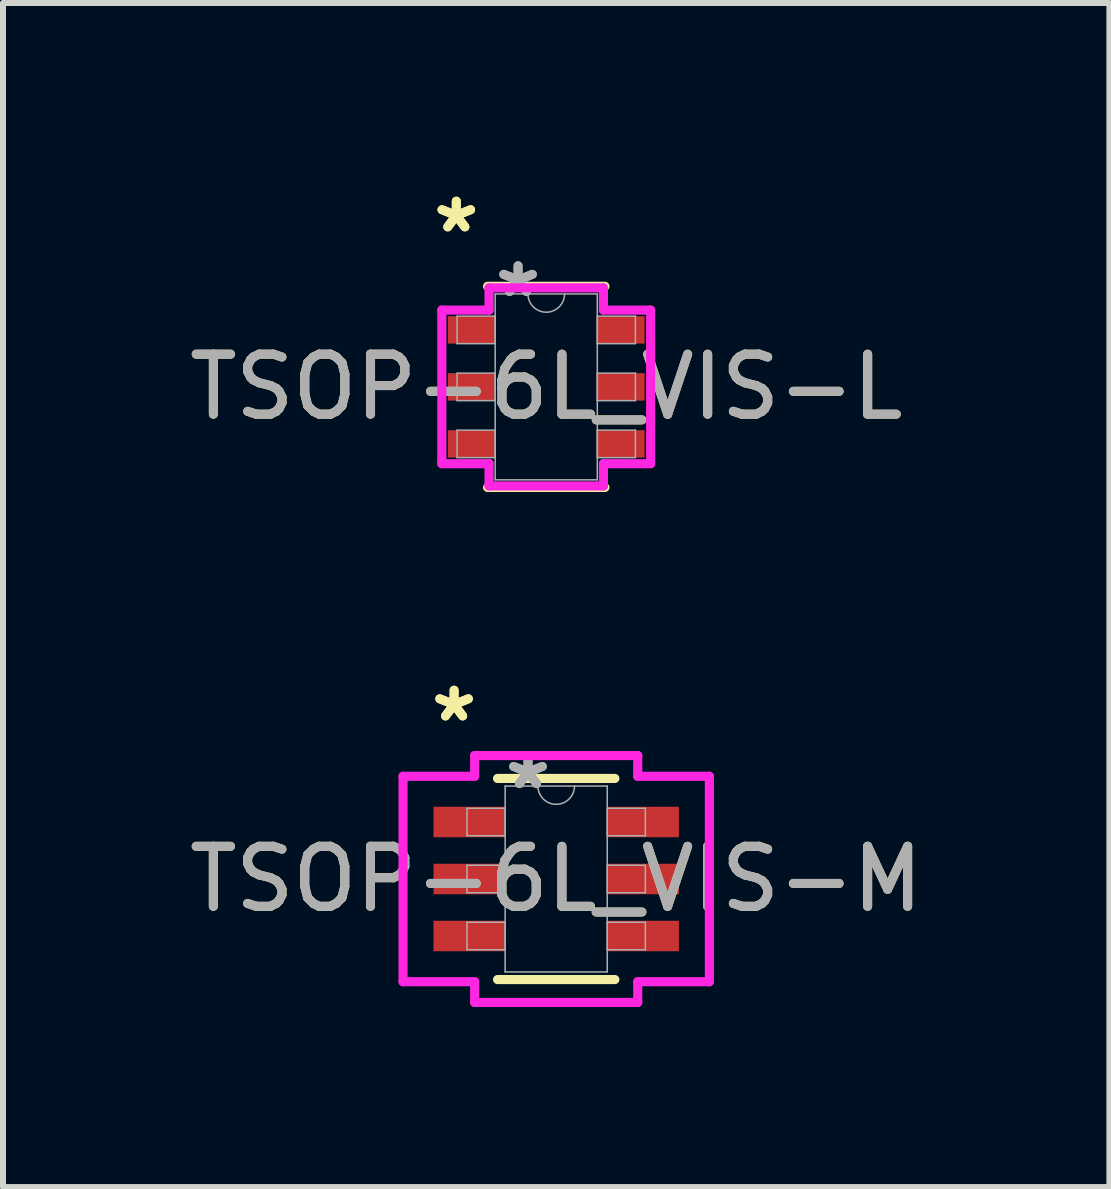
<source format=kicad_pcb>
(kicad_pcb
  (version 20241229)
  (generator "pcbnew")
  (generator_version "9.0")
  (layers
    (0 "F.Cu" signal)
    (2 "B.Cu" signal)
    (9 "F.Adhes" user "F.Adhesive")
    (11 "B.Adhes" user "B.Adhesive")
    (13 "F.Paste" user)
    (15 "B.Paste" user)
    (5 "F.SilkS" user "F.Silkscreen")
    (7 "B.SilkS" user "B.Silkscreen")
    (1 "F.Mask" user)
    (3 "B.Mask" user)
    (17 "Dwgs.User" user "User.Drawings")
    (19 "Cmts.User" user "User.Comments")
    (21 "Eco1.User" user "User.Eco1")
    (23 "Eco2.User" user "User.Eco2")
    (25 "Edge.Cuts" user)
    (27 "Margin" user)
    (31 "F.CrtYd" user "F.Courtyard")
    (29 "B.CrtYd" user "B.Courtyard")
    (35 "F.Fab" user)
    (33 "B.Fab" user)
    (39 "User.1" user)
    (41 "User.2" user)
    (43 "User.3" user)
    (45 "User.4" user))
  (footprint "TSOP-6L_VIS-L"
    (layer "F.Cu")
    (at 6.054 3.398)
    (property "Reference" "TSOP-6L_VIS-L" (at 0 0 0) (unlocked yes) (layer "F.SilkS") (effects (font (size 1 1) (thickness 0.15))))
    (attr smd)
    (fp_line (start -0.978 1.676) (end 0.978 1.676) (stroke (width 0.152) (type solid)) (layer "F.SilkS"))
    (fp_line (start 0.978 -1.676) (end -0.978 -1.676) (stroke (width 0.152) (type solid)) (layer "F.SilkS"))
    (fp_line (start -1.74 -1.28) (end -0.953 -1.28) (stroke (width 0.152) (type solid)) (layer "F.CrtYd"))
    (fp_line (start -1.74 1.28) (end -1.74 -1.28) (stroke (width 0.152) (type solid)) (layer "F.CrtYd"))
    (fp_line (start -1.74 1.28) (end -0.953 1.28) (stroke (width 0.152) (type solid)) (layer "F.CrtYd"))
    (fp_line (start -0.953 -1.651) (end 0.953 -1.651) (stroke (width 0.152) (type solid)) (layer "F.CrtYd"))
    (fp_line (start -0.953 -1.28) (end -0.953 -1.651) (stroke (width 0.152) (type solid)) (layer "F.CrtYd"))
    (fp_line (start -0.953 1.651) (end -0.953 1.28) (stroke (width 0.152) (type solid)) (layer "F.CrtYd"))
    (fp_line (start 0.953 -1.651) (end 0.953 -1.28) (stroke (width 0.152) (type solid)) (layer "F.CrtYd"))
    (fp_line (start 0.953 1.28) (end 0.953 1.651) (stroke (width 0.152) (type solid)) (layer "F.CrtYd"))
    (fp_line (start 0.953 1.651) (end -0.953 1.651) (stroke (width 0.152) (type solid)) (layer "F.CrtYd"))
    (fp_line (start 1.74 -1.28) (end 0.953 -1.28) (stroke (width 0.152) (type solid)) (layer "F.CrtYd"))
    (fp_line (start 1.74 -1.28) (end 1.74 1.28) (stroke (width 0.152) (type solid)) (layer "F.CrtYd"))
    (fp_line (start 1.74 1.28) (end 0.953 1.28) (stroke (width 0.152) (type solid)) (layer "F.CrtYd"))
    (fp_line (start -1.486 -1.179) (end -1.486 -0.721) (stroke (width 0.025) (type solid)) (layer "F.Fab"))
    (fp_line (start -1.486 -0.721) (end -0.851 -0.721) (stroke (width 0.025) (type solid)) (layer "F.Fab"))
    (fp_line (start -1.486 -0.229) (end -1.486 0.229) (stroke (width 0.025) (type solid)) (layer "F.Fab"))
    (fp_line (start -1.486 0.229) (end -0.851 0.229) (stroke (width 0.025) (type solid)) (layer "F.Fab"))
    (fp_line (start -1.486 0.721) (end -1.486 1.179) (stroke (width 0.025) (type solid)) (layer "F.Fab"))
    (fp_line (start -1.486 1.179) (end -0.851 1.179) (stroke (width 0.025) (type solid)) (layer "F.Fab"))
    (fp_line (start -0.851 -1.549) (end -0.851 1.549) (stroke (width 0.025) (type solid)) (layer "F.Fab"))
    (fp_line (start -0.851 -1.179) (end -1.486 -1.179) (stroke (width 0.025) (type solid)) (layer "F.Fab"))
    (fp_line (start -0.851 -0.721) (end -0.851 -1.179) (stroke (width 0.025) (type solid)) (layer "F.Fab"))
    (fp_line (start -0.851 -0.229) (end -1.486 -0.229) (stroke (width 0.025) (type solid)) (layer "F.Fab"))
    (fp_line (start -0.851 0.229) (end -0.851 -0.229) (stroke (width 0.025) (type solid)) (layer "F.Fab"))
    (fp_line (start -0.851 0.721) (end -1.486 0.721) (stroke (width 0.025) (type solid)) (layer "F.Fab"))
    (fp_line (start -0.851 1.179) (end -0.851 0.721) (stroke (width 0.025) (type solid)) (layer "F.Fab"))
    (fp_line (start -0.851 1.549) (end 0.851 1.549) (stroke (width 0.025) (type solid)) (layer "F.Fab"))
    (fp_line (start 0.851 -1.549) (end -0.851 -1.549) (stroke (width 0.025) (type solid)) (layer "F.Fab"))
    (fp_line (start 0.851 -1.179) (end 0.851 -0.721) (stroke (width 0.025) (type solid)) (layer "F.Fab"))
    (fp_line (start 0.851 -0.721) (end 1.486 -0.721) (stroke (width 0.025) (type solid)) (layer "F.Fab"))
    (fp_line (start 0.851 -0.229) (end 0.851 0.229) (stroke (width 0.025) (type solid)) (layer "F.Fab"))
    (fp_line (start 0.851 0.229) (end 1.486 0.229) (stroke (width 0.025) (type solid)) (layer "F.Fab"))
    (fp_line (start 0.851 0.721) (end 0.851 1.179) (stroke (width 0.025) (type solid)) (layer "F.Fab"))
    (fp_line (start 0.851 1.179) (end 1.486 1.179) (stroke (width 0.025) (type solid)) (layer "F.Fab"))
    (fp_line (start 0.851 1.549) (end 0.851 -1.549) (stroke (width 0.025) (type solid)) (layer "F.Fab"))
    (fp_line (start 1.486 -1.179) (end 0.851 -1.179) (stroke (width 0.025) (type solid)) (layer "F.Fab"))
    (fp_line (start 1.486 -0.721) (end 1.486 -1.179) (stroke (width 0.025) (type solid)) (layer "F.Fab"))
    (fp_line (start 1.486 -0.229) (end 0.851 -0.229) (stroke (width 0.025) (type solid)) (layer "F.Fab"))
    (fp_line (start 1.486 0.229) (end 1.486 -0.229) (stroke (width 0.025) (type solid)) (layer "F.Fab"))
    (fp_line (start 1.486 0.721) (end 0.851 0.721) (stroke (width 0.025) (type solid)) (layer "F.Fab"))
    (fp_line (start 1.486 1.179) (end 1.486 0.721) (stroke (width 0.025) (type solid)) (layer "F.Fab"))
    (fp_arc (start 0.3048 -1.5494) (mid 0 -1.2446) (end -0.3048 -1.5494) (stroke (width 0.0254) (type solid)) (layer "F.Fab"))
    (fp_text user "*" (at -1.499 -2.55 0) (unlocked yes) (layer "F.SilkS") (effects (font (size 1 1) (thickness 0.15))))
    (fp_text user "*" (at -1.499 -2.55 0) (layer "F.SilkS") (effects (font (size 1 1) (thickness 0.15))))
    (fp_text user "*" (at -0.47 -1.473 0) (layer "F.Fab") (effects (font (size 1 1) (thickness 0.15))))
    (fp_text user "*" (at -0.47 -1.473 0) (unlocked yes) (layer "F.Fab") (effects (font (size 1 1) (thickness 0.15))))
    (fp_text user "${REFERENCE}" (at 0 0 0) (unlocked yes) (layer "F.Fab") (effects (font (size 1 1) (thickness 0.15))))
    (pad "1" smd rect (at -1.245 -0.95) (size 0.787 0.457) (layers "F.Cu" "F.Mask" "F.Paste"))
    (pad "2" smd rect (at -1.245 0) (size 0.787 0.457) (layers "F.Cu" "F.Mask" "F.Paste"))
    (pad "3" smd rect (at -1.245 0.95) (size 0.787 0.457) (layers "F.Cu" "F.Mask" "F.Paste"))
    (pad "4" smd rect (at 1.245 0.95) (size 0.787 0.457) (layers "F.Cu" "F.Mask" "F.Paste"))
    (pad "5" smd rect (at 1.245 0) (size 0.787 0.457) (layers "F.Cu" "F.Mask" "F.Paste"))
    (pad "6" smd rect (at 1.245 -0.95) (size 0.787 0.457) (layers "F.Cu" "F.Mask" "F.Paste")))
  (footprint "TSOP-6L_VIS-M"
    (layer "F.Cu")
    (at 6.22 11.6)
    (property "Reference" "TSOP-6L_VIS-M" (at 0 0 0) (unlocked yes) (layer "F.SilkS") (effects (font (size 1 1) (thickness 0.15))))
    (attr smd)
    (fp_line (start -0.978 1.676) (end 0.978 1.676) (stroke (width 0.152) (type solid)) (layer "F.SilkS"))
    (fp_line (start 0.978 -1.676) (end -0.978 -1.676) (stroke (width 0.152) (type solid)) (layer "F.SilkS"))
    (fp_line (start -2.553 -1.712) (end -1.359 -1.712) (stroke (width 0.152) (type solid)) (layer "F.CrtYd"))
    (fp_line (start -2.553 1.712) (end -2.553 -1.712) (stroke (width 0.152) (type solid)) (layer "F.CrtYd"))
    (fp_line (start -2.553 1.712) (end -1.359 1.712) (stroke (width 0.152) (type solid)) (layer "F.CrtYd"))
    (fp_line (start -1.359 -2.057) (end 1.359 -2.057) (stroke (width 0.152) (type solid)) (layer "F.CrtYd"))
    (fp_line (start -1.359 -1.712) (end -1.359 -2.057) (stroke (width 0.152) (type solid)) (layer "F.CrtYd"))
    (fp_line (start -1.359 2.057) (end -1.359 1.712) (stroke (width 0.152) (type solid)) (layer "F.CrtYd"))
    (fp_line (start 1.359 -2.057) (end 1.359 -1.712) (stroke (width 0.152) (type solid)) (layer "F.CrtYd"))
    (fp_line (start 1.359 1.712) (end 1.359 2.057) (stroke (width 0.152) (type solid)) (layer "F.CrtYd"))
    (fp_line (start 1.359 2.057) (end -1.359 2.057) (stroke (width 0.152) (type solid)) (layer "F.CrtYd"))
    (fp_line (start 2.553 -1.712) (end 1.359 -1.712) (stroke (width 0.152) (type solid)) (layer "F.CrtYd"))
    (fp_line (start 2.553 -1.712) (end 2.553 1.712) (stroke (width 0.152) (type solid)) (layer "F.CrtYd"))
    (fp_line (start 2.553 1.712) (end 1.359 1.712) (stroke (width 0.152) (type solid)) (layer "F.CrtYd"))
    (fp_line (start -1.486 -1.179) (end -1.486 -0.721) (stroke (width 0.025) (type solid)) (layer "F.Fab"))
    (fp_line (start -1.486 -0.721) (end -0.851 -0.721) (stroke (width 0.025) (type solid)) (layer "F.Fab"))
    (fp_line (start -1.486 -0.229) (end -1.486 0.229) (stroke (width 0.025) (type solid)) (layer "F.Fab"))
    (fp_line (start -1.486 0.229) (end -0.851 0.229) (stroke (width 0.025) (type solid)) (layer "F.Fab"))
    (fp_line (start -1.486 0.721) (end -1.486 1.179) (stroke (width 0.025) (type solid)) (layer "F.Fab"))
    (fp_line (start -1.486 1.179) (end -0.851 1.179) (stroke (width 0.025) (type solid)) (layer "F.Fab"))
    (fp_line (start -0.851 -1.549) (end -0.851 1.549) (stroke (width 0.025) (type solid)) (layer "F.Fab"))
    (fp_line (start -0.851 -1.179) (end -1.486 -1.179) (stroke (width 0.025) (type solid)) (layer "F.Fab"))
    (fp_line (start -0.851 -0.721) (end -0.851 -1.179) (stroke (width 0.025) (type solid)) (layer "F.Fab"))
    (fp_line (start -0.851 -0.229) (end -1.486 -0.229) (stroke (width 0.025) (type solid)) (layer "F.Fab"))
    (fp_line (start -0.851 0.229) (end -0.851 -0.229) (stroke (width 0.025) (type solid)) (layer "F.Fab"))
    (fp_line (start -0.851 0.721) (end -1.486 0.721) (stroke (width 0.025) (type solid)) (layer "F.Fab"))
    (fp_line (start -0.851 1.179) (end -0.851 0.721) (stroke (width 0.025) (type solid)) (layer "F.Fab"))
    (fp_line (start -0.851 1.549) (end 0.851 1.549) (stroke (width 0.025) (type solid)) (layer "F.Fab"))
    (fp_line (start 0.851 -1.549) (end -0.851 -1.549) (stroke (width 0.025) (type solid)) (layer "F.Fab"))
    (fp_line (start 0.851 -1.179) (end 0.851 -0.721) (stroke (width 0.025) (type solid)) (layer "F.Fab"))
    (fp_line (start 0.851 -0.721) (end 1.486 -0.721) (stroke (width 0.025) (type solid)) (layer "F.Fab"))
    (fp_line (start 0.851 -0.229) (end 0.851 0.229) (stroke (width 0.025) (type solid)) (layer "F.Fab"))
    (fp_line (start 0.851 0.229) (end 1.486 0.229) (stroke (width 0.025) (type solid)) (layer "F.Fab"))
    (fp_line (start 0.851 0.721) (end 0.851 1.179) (stroke (width 0.025) (type solid)) (layer "F.Fab"))
    (fp_line (start 0.851 1.179) (end 1.486 1.179) (stroke (width 0.025) (type solid)) (layer "F.Fab"))
    (fp_line (start 0.851 1.549) (end 0.851 -1.549) (stroke (width 0.025) (type solid)) (layer "F.Fab"))
    (fp_line (start 1.486 -1.179) (end 0.851 -1.179) (stroke (width 0.025) (type solid)) (layer "F.Fab"))
    (fp_line (start 1.486 -0.721) (end 1.486 -1.179) (stroke (width 0.025) (type solid)) (layer "F.Fab"))
    (fp_line (start 1.486 -0.229) (end 0.851 -0.229) (stroke (width 0.025) (type solid)) (layer "F.Fab"))
    (fp_line (start 1.486 0.229) (end 1.486 -0.229) (stroke (width 0.025) (type solid)) (layer "F.Fab"))
    (fp_line (start 1.486 0.721) (end 0.851 0.721) (stroke (width 0.025) (type solid)) (layer "F.Fab"))
    (fp_line (start 1.486 1.179) (end 1.486 0.721) (stroke (width 0.025) (type solid)) (layer "F.Fab"))
    (fp_arc (start 0.3048 -1.5494) (mid 0 -1.2446) (end -0.3048 -1.5494) (stroke (width 0.0254) (type solid)) (layer "F.Fab"))
    (fp_text user "*" (at -1.702 -2.601 0) (layer "F.SilkS") (effects (font (size 1 1) (thickness 0.15))))
    (fp_text user "*" (at -1.702 -2.601 0) (unlocked yes) (layer "F.SilkS") (effects (font (size 1 1) (thickness 0.15))))
    (fp_text user "*" (at -0.47 -1.473 0) (unlocked yes) (layer "F.Fab") (effects (font (size 1 1) (thickness 0.15))))
    (fp_text user "*" (at -0.47 -1.473 0) (layer "F.Fab") (effects (font (size 1 1) (thickness 0.15))))
    (fp_text user "${REFERENCE}" (at 0 0 0) (unlocked yes) (layer "F.Fab") (effects (font (size 1 1) (thickness 0.15))))
    (pad "1" smd rect (at -1.448 -0.95) (size 1.194 0.508) (layers "F.Cu" "F.Mask" "F.Paste"))
    (pad "2" smd rect (at -1.448 0) (size 1.194 0.508) (layers "F.Cu" "F.Mask" "F.Paste"))
    (pad "3" smd rect (at -1.448 0.95) (size 1.194 0.508) (layers "F.Cu" "F.Mask" "F.Paste"))
    (pad "4" smd rect (at 1.448 0.95) (size 1.194 0.508) (layers "F.Cu" "F.Mask" "F.Paste"))
    (pad "5" smd rect (at 1.448 0) (size 1.194 0.508) (layers "F.Cu" "F.Mask" "F.Paste"))
    (pad "6" smd rect (at 1.448 -0.95) (size 1.194 0.508) (layers "F.Cu" "F.Mask" "F.Paste")))
  (gr_rect
    (start -3 -3)
    (end 15.44 16.734)
    (stroke (width 0.1) (type default))
    (fill no)
    (layer "Edge.Cuts")))
</source>
